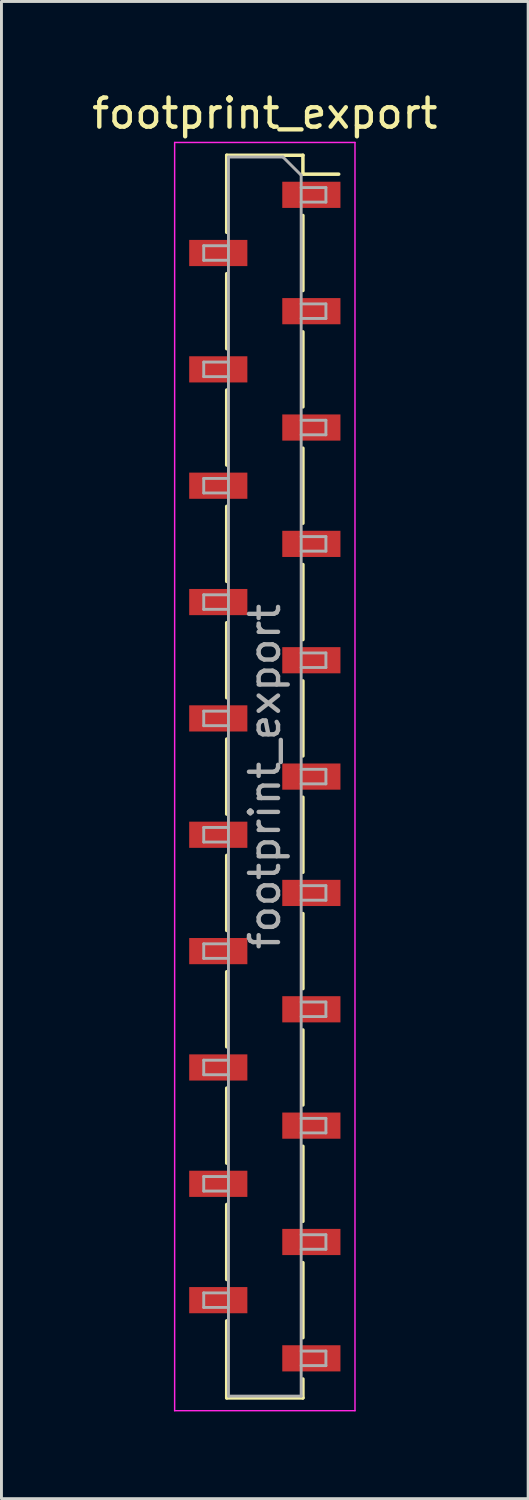
<source format=kicad_pcb>
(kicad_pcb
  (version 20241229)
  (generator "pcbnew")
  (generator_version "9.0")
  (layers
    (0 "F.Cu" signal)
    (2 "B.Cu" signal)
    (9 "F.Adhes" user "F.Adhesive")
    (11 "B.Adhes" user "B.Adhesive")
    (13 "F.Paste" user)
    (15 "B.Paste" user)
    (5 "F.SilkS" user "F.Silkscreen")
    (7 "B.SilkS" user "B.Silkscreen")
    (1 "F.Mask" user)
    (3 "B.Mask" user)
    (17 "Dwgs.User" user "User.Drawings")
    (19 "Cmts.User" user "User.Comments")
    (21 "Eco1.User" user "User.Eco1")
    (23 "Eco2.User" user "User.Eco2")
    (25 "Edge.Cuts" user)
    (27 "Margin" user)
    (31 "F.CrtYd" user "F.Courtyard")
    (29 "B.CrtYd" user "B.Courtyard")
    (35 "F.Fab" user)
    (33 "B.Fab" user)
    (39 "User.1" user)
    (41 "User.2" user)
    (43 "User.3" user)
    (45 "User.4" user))
  (footprint "footprint_export"
    (layer "F.Cu")
    (at 6.054 23.648)
    (property "Reference" "footprint_export" (at 0 -22.8 0) (layer "F.SilkS") (effects (font (size 1 1) (thickness 0.15))))
    (attr smd)
    (fp_line (start -1.31 -21.36) (end -1.31 -18.71) (stroke (width 0.12) (type solid)) (layer "F.SilkS"))
    (fp_line (start -1.31 -21.36) (end 1.31 -21.36) (stroke (width 0.12) (type solid)) (layer "F.SilkS"))
    (fp_line (start -1.31 -17.29) (end -1.31 -14.71) (stroke (width 0.12) (type solid)) (layer "F.SilkS"))
    (fp_line (start -1.31 -13.29) (end -1.31 -10.71) (stroke (width 0.12) (type solid)) (layer "F.SilkS"))
    (fp_line (start -1.31 -9.29) (end -1.31 -6.71) (stroke (width 0.12) (type solid)) (layer "F.SilkS"))
    (fp_line (start -1.31 -5.29) (end -1.31 -2.71) (stroke (width 0.12) (type solid)) (layer "F.SilkS"))
    (fp_line (start -1.31 -1.29) (end -1.31 1.29) (stroke (width 0.12) (type solid)) (layer "F.SilkS"))
    (fp_line (start -1.31 2.71) (end -1.31 5.29) (stroke (width 0.12) (type solid)) (layer "F.SilkS"))
    (fp_line (start -1.31 6.71) (end -1.31 9.29) (stroke (width 0.12) (type solid)) (layer "F.SilkS"))
    (fp_line (start -1.31 10.71) (end -1.31 13.29) (stroke (width 0.12) (type solid)) (layer "F.SilkS"))
    (fp_line (start -1.31 14.71) (end -1.31 17.29) (stroke (width 0.12) (type solid)) (layer "F.SilkS"))
    (fp_line (start -1.31 18.71) (end -1.31 21.36) (stroke (width 0.12) (type solid)) (layer "F.SilkS"))
    (fp_line (start -1.31 21.36) (end 1.31 21.36) (stroke (width 0.12) (type solid)) (layer "F.SilkS"))
    (fp_line (start 1.31 -21.36) (end 1.31 -20.71) (stroke (width 0.12) (type solid)) (layer "F.SilkS"))
    (fp_line (start 1.31 -20.71) (end 2.54 -20.71) (stroke (width 0.12) (type solid)) (layer "F.SilkS"))
    (fp_line (start 1.31 -19.29) (end 1.31 -16.71) (stroke (width 0.12) (type solid)) (layer "F.SilkS"))
    (fp_line (start 1.31 -15.29) (end 1.31 -12.71) (stroke (width 0.12) (type solid)) (layer "F.SilkS"))
    (fp_line (start 1.31 -11.29) (end 1.31 -8.71) (stroke (width 0.12) (type solid)) (layer "F.SilkS"))
    (fp_line (start 1.31 -7.29) (end 1.31 -4.71) (stroke (width 0.12) (type solid)) (layer "F.SilkS"))
    (fp_line (start 1.31 -3.29) (end 1.31 -0.71) (stroke (width 0.12) (type solid)) (layer "F.SilkS"))
    (fp_line (start 1.31 0.71) (end 1.31 3.29) (stroke (width 0.12) (type solid)) (layer "F.SilkS"))
    (fp_line (start 1.31 4.71) (end 1.31 7.29) (stroke (width 0.12) (type solid)) (layer "F.SilkS"))
    (fp_line (start 1.31 8.71) (end 1.31 11.29) (stroke (width 0.12) (type solid)) (layer "F.SilkS"))
    (fp_line (start 1.31 12.71) (end 1.31 15.29) (stroke (width 0.12) (type solid)) (layer "F.SilkS"))
    (fp_line (start 1.31 16.71) (end 1.31 19.29) (stroke (width 0.12) (type solid)) (layer "F.SilkS"))
    (fp_line (start 1.31 20.71) (end 1.31 21.36) (stroke (width 0.12) (type solid)) (layer "F.SilkS"))
    (fp_line (start -3.1 -21.8) (end 3.1 -21.8) (stroke (width 0.05) (type solid)) (layer "F.CrtYd"))
    (fp_line (start -3.1 21.8) (end -3.1 -21.8) (stroke (width 0.05) (type solid)) (layer "F.CrtYd"))
    (fp_line (start 3.1 -21.8) (end 3.1 21.8) (stroke (width 0.05) (type solid)) (layer "F.CrtYd"))
    (fp_line (start 3.1 21.8) (end -3.1 21.8) (stroke (width 0.05) (type solid)) (layer "F.CrtYd"))
    (fp_line (start -2.1 -18.25) (end -1.25 -18.25) (stroke (width 0.1) (type solid)) (layer "F.Fab"))
    (fp_line (start -2.1 -17.75) (end -2.1 -18.25) (stroke (width 0.1) (type solid)) (layer "F.Fab"))
    (fp_line (start -2.1 -14.25) (end -1.25 -14.25) (stroke (width 0.1) (type solid)) (layer "F.Fab"))
    (fp_line (start -2.1 -13.75) (end -2.1 -14.25) (stroke (width 0.1) (type solid)) (layer "F.Fab"))
    (fp_line (start -2.1 -10.25) (end -1.25 -10.25) (stroke (width 0.1) (type solid)) (layer "F.Fab"))
    (fp_line (start -2.1 -9.75) (end -2.1 -10.25) (stroke (width 0.1) (type solid)) (layer "F.Fab"))
    (fp_line (start -2.1 -6.25) (end -1.25 -6.25) (stroke (width 0.1) (type solid)) (layer "F.Fab"))
    (fp_line (start -2.1 -5.75) (end -2.1 -6.25) (stroke (width 0.1) (type solid)) (layer "F.Fab"))
    (fp_line (start -2.1 -2.25) (end -1.25 -2.25) (stroke (width 0.1) (type solid)) (layer "F.Fab"))
    (fp_line (start -2.1 -1.75) (end -2.1 -2.25) (stroke (width 0.1) (type solid)) (layer "F.Fab"))
    (fp_line (start -2.1 1.75) (end -1.25 1.75) (stroke (width 0.1) (type solid)) (layer "F.Fab"))
    (fp_line (start -2.1 2.25) (end -2.1 1.75) (stroke (width 0.1) (type solid)) (layer "F.Fab"))
    (fp_line (start -2.1 5.75) (end -1.25 5.75) (stroke (width 0.1) (type solid)) (layer "F.Fab"))
    (fp_line (start -2.1 6.25) (end -2.1 5.75) (stroke (width 0.1) (type solid)) (layer "F.Fab"))
    (fp_line (start -2.1 9.75) (end -1.25 9.75) (stroke (width 0.1) (type solid)) (layer "F.Fab"))
    (fp_line (start -2.1 10.25) (end -2.1 9.75) (stroke (width 0.1) (type solid)) (layer "F.Fab"))
    (fp_line (start -2.1 13.75) (end -1.25 13.75) (stroke (width 0.1) (type solid)) (layer "F.Fab"))
    (fp_line (start -2.1 14.25) (end -2.1 13.75) (stroke (width 0.1) (type solid)) (layer "F.Fab"))
    (fp_line (start -2.1 17.75) (end -1.25 17.75) (stroke (width 0.1) (type solid)) (layer "F.Fab"))
    (fp_line (start -2.1 18.25) (end -2.1 17.75) (stroke (width 0.1) (type solid)) (layer "F.Fab"))
    (fp_line (start -1.25 -21.3) (end 0.625 -21.3) (stroke (width 0.1) (type solid)) (layer "F.Fab"))
    (fp_line (start -1.25 -17.75) (end -2.1 -17.75) (stroke (width 0.1) (type solid)) (layer "F.Fab"))
    (fp_line (start -1.25 -13.75) (end -2.1 -13.75) (stroke (width 0.1) (type solid)) (layer "F.Fab"))
    (fp_line (start -1.25 -9.75) (end -2.1 -9.75) (stroke (width 0.1) (type solid)) (layer "F.Fab"))
    (fp_line (start -1.25 -5.75) (end -2.1 -5.75) (stroke (width 0.1) (type solid)) (layer "F.Fab"))
    (fp_line (start -1.25 -1.75) (end -2.1 -1.75) (stroke (width 0.1) (type solid)) (layer "F.Fab"))
    (fp_line (start -1.25 2.25) (end -2.1 2.25) (stroke (width 0.1) (type solid)) (layer "F.Fab"))
    (fp_line (start -1.25 6.25) (end -2.1 6.25) (stroke (width 0.1) (type solid)) (layer "F.Fab"))
    (fp_line (start -1.25 10.25) (end -2.1 10.25) (stroke (width 0.1) (type solid)) (layer "F.Fab"))
    (fp_line (start -1.25 14.25) (end -2.1 14.25) (stroke (width 0.1) (type solid)) (layer "F.Fab"))
    (fp_line (start -1.25 18.25) (end -2.1 18.25) (stroke (width 0.1) (type solid)) (layer "F.Fab"))
    (fp_line (start -1.25 21.3) (end -1.25 -21.3) (stroke (width 0.1) (type solid)) (layer "F.Fab"))
    (fp_line (start 0.625 -21.3) (end 1.25 -20.675) (stroke (width 0.1) (type solid)) (layer "F.Fab"))
    (fp_line (start 1.25 -20.675) (end 1.25 21.3) (stroke (width 0.1) (type solid)) (layer "F.Fab"))
    (fp_line (start 1.25 -20.25) (end 2.1 -20.25) (stroke (width 0.1) (type solid)) (layer "F.Fab"))
    (fp_line (start 1.25 -16.25) (end 2.1 -16.25) (stroke (width 0.1) (type solid)) (layer "F.Fab"))
    (fp_line (start 1.25 -12.25) (end 2.1 -12.25) (stroke (width 0.1) (type solid)) (layer "F.Fab"))
    (fp_line (start 1.25 -8.25) (end 2.1 -8.25) (stroke (width 0.1) (type solid)) (layer "F.Fab"))
    (fp_line (start 1.25 -4.25) (end 2.1 -4.25) (stroke (width 0.1) (type solid)) (layer "F.Fab"))
    (fp_line (start 1.25 -0.25) (end 2.1 -0.25) (stroke (width 0.1) (type solid)) (layer "F.Fab"))
    (fp_line (start 1.25 3.75) (end 2.1 3.75) (stroke (width 0.1) (type solid)) (layer "F.Fab"))
    (fp_line (start 1.25 7.75) (end 2.1 7.75) (stroke (width 0.1) (type solid)) (layer "F.Fab"))
    (fp_line (start 1.25 11.75) (end 2.1 11.75) (stroke (width 0.1) (type solid)) (layer "F.Fab"))
    (fp_line (start 1.25 15.75) (end 2.1 15.75) (stroke (width 0.1) (type solid)) (layer "F.Fab"))
    (fp_line (start 1.25 19.75) (end 2.1 19.75) (stroke (width 0.1) (type solid)) (layer "F.Fab"))
    (fp_line (start 1.25 21.3) (end -1.25 21.3) (stroke (width 0.1) (type solid)) (layer "F.Fab"))
    (fp_line (start 2.1 -20.25) (end 2.1 -19.75) (stroke (width 0.1) (type solid)) (layer "F.Fab"))
    (fp_line (start 2.1 -19.75) (end 1.25 -19.75) (stroke (width 0.1) (type solid)) (layer "F.Fab"))
    (fp_line (start 2.1 -16.25) (end 2.1 -15.75) (stroke (width 0.1) (type solid)) (layer "F.Fab"))
    (fp_line (start 2.1 -15.75) (end 1.25 -15.75) (stroke (width 0.1) (type solid)) (layer "F.Fab"))
    (fp_line (start 2.1 -12.25) (end 2.1 -11.75) (stroke (width 0.1) (type solid)) (layer "F.Fab"))
    (fp_line (start 2.1 -11.75) (end 1.25 -11.75) (stroke (width 0.1) (type solid)) (layer "F.Fab"))
    (fp_line (start 2.1 -8.25) (end 2.1 -7.75) (stroke (width 0.1) (type solid)) (layer "F.Fab"))
    (fp_line (start 2.1 -7.75) (end 1.25 -7.75) (stroke (width 0.1) (type solid)) (layer "F.Fab"))
    (fp_line (start 2.1 -4.25) (end 2.1 -3.75) (stroke (width 0.1) (type solid)) (layer "F.Fab"))
    (fp_line (start 2.1 -3.75) (end 1.25 -3.75) (stroke (width 0.1) (type solid)) (layer "F.Fab"))
    (fp_line (start 2.1 -0.25) (end 2.1 0.25) (stroke (width 0.1) (type solid)) (layer "F.Fab"))
    (fp_line (start 2.1 0.25) (end 1.25 0.25) (stroke (width 0.1) (type solid)) (layer "F.Fab"))
    (fp_line (start 2.1 3.75) (end 2.1 4.25) (stroke (width 0.1) (type solid)) (layer "F.Fab"))
    (fp_line (start 2.1 4.25) (end 1.25 4.25) (stroke (width 0.1) (type solid)) (layer "F.Fab"))
    (fp_line (start 2.1 7.75) (end 2.1 8.25) (stroke (width 0.1) (type solid)) (layer "F.Fab"))
    (fp_line (start 2.1 8.25) (end 1.25 8.25) (stroke (width 0.1) (type solid)) (layer "F.Fab"))
    (fp_line (start 2.1 11.75) (end 2.1 12.25) (stroke (width 0.1) (type solid)) (layer "F.Fab"))
    (fp_line (start 2.1 12.25) (end 1.25 12.25) (stroke (width 0.1) (type solid)) (layer "F.Fab"))
    (fp_line (start 2.1 15.75) (end 2.1 16.25) (stroke (width 0.1) (type solid)) (layer "F.Fab"))
    (fp_line (start 2.1 16.25) (end 1.25 16.25) (stroke (width 0.1) (type solid)) (layer "F.Fab"))
    (fp_line (start 2.1 19.75) (end 2.1 20.25) (stroke (width 0.1) (type solid)) (layer "F.Fab"))
    (fp_line (start 2.1 20.25) (end 1.25 20.25) (stroke (width 0.1) (type solid)) (layer "F.Fab"))
    (fp_text user "${REFERENCE}" (at 0 0 90) (layer "F.Fab") (effects (font (size 1 1) (thickness 0.15))))
    (pad "1" smd rect (at 1.6 -20) (size 2 0.9) (layers "F.Cu" "F.Mask" "F.Paste"))
    (pad "2" smd rect (at -1.6 -18) (size 2 0.9) (layers "F.Cu" "F.Mask" "F.Paste"))
    (pad "3" smd rect (at 1.6 -16) (size 2 0.9) (layers "F.Cu" "F.Mask" "F.Paste"))
    (pad "4" smd rect (at -1.6 -14) (size 2 0.9) (layers "F.Cu" "F.Mask" "F.Paste"))
    (pad "5" smd rect (at 1.6 -12) (size 2 0.9) (layers "F.Cu" "F.Mask" "F.Paste"))
    (pad "6" smd rect (at -1.6 -10) (size 2 0.9) (layers "F.Cu" "F.Mask" "F.Paste"))
    (pad "7" smd rect (at 1.6 -8) (size 2 0.9) (layers "F.Cu" "F.Mask" "F.Paste"))
    (pad "8" smd rect (at -1.6 -6) (size 2 0.9) (layers "F.Cu" "F.Mask" "F.Paste"))
    (pad "9" smd rect (at 1.6 -4) (size 2 0.9) (layers "F.Cu" "F.Mask" "F.Paste"))
    (pad "10" smd rect (at -1.6 -2) (size 2 0.9) (layers "F.Cu" "F.Mask" "F.Paste"))
    (pad "11" smd rect (at 1.6 0) (size 2 0.9) (layers "F.Cu" "F.Mask" "F.Paste"))
    (pad "12" smd rect (at -1.6 2) (size 2 0.9) (layers "F.Cu" "F.Mask" "F.Paste"))
    (pad "13" smd rect (at 1.6 4) (size 2 0.9) (layers "F.Cu" "F.Mask" "F.Paste"))
    (pad "14" smd rect (at -1.6 6) (size 2 0.9) (layers "F.Cu" "F.Mask" "F.Paste"))
    (pad "15" smd rect (at 1.6 8) (size 2 0.9) (layers "F.Cu" "F.Mask" "F.Paste"))
    (pad "16" smd rect (at -1.6 10) (size 2 0.9) (layers "F.Cu" "F.Mask" "F.Paste"))
    (pad "17" smd rect (at 1.6 12) (size 2 0.9) (layers "F.Cu" "F.Mask" "F.Paste"))
    (pad "18" smd rect (at -1.6 14) (size 2 0.9) (layers "F.Cu" "F.Mask" "F.Paste"))
    (pad "19" smd rect (at 1.6 16) (size 2 0.9) (layers "F.Cu" "F.Mask" "F.Paste"))
    (pad "20" smd rect (at -1.6 18) (size 2 0.9) (layers "F.Cu" "F.Mask" "F.Paste"))
    (pad "21" smd rect (at 1.6 20) (size 2 0.9) (layers "F.Cu" "F.Mask" "F.Paste")))
  (gr_rect
    (start -3 -3)
    (end 15.107 48.473)
    (stroke (width 0.1) (type default))
    (fill no)
    (layer "Edge.Cuts")))
</source>
